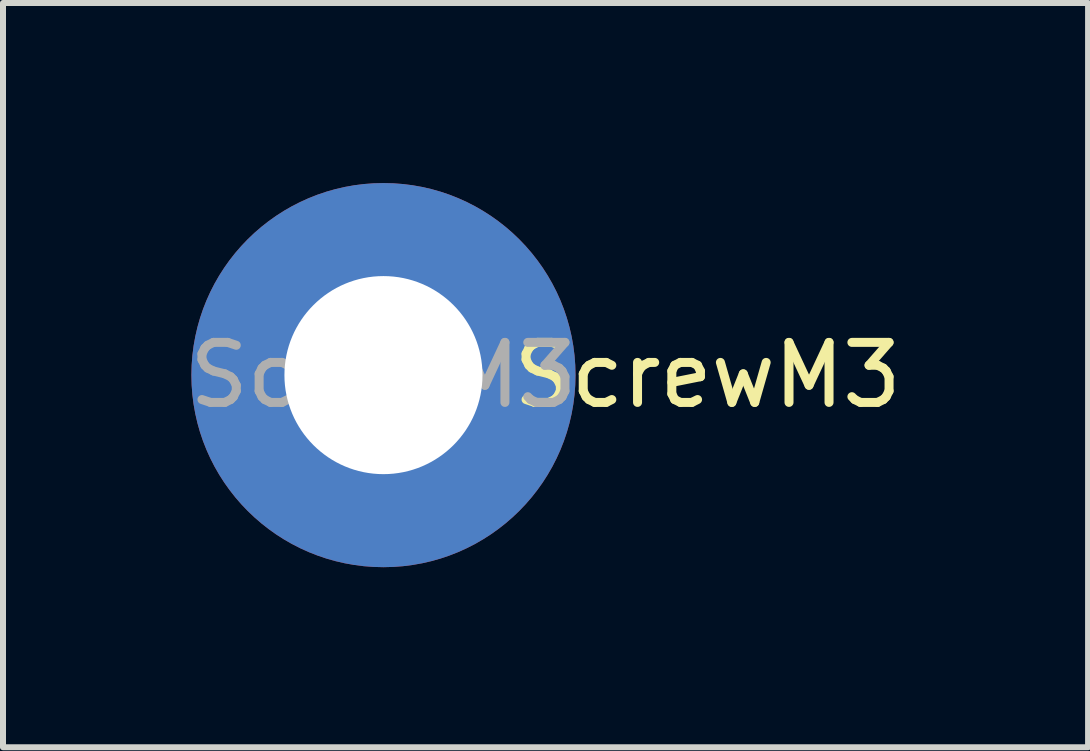
<source format=kicad_pcb>
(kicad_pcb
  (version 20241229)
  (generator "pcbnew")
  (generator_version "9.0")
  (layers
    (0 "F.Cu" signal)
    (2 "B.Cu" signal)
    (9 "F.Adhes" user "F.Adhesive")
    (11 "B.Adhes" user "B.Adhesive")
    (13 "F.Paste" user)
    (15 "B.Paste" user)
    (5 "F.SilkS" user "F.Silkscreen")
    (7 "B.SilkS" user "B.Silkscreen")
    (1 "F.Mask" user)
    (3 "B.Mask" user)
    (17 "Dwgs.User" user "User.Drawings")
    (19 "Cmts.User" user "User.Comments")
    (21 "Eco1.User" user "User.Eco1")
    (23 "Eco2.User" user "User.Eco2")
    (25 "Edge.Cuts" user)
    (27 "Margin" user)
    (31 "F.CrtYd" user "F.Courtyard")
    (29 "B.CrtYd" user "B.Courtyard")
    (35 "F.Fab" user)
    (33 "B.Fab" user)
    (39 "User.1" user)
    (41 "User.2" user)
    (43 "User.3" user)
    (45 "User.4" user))
  (footprint "ScrewM3"
    (layer "F.Cu")
    (at 3.339 3.2)
    (property "Reference" "ScrewM3" (at 5.4 0 0) (layer "F.SilkS") (effects (font (size 1 1) (thickness 0.15))))
    (attr through_hole)
    (fp_text user "${REFERENCE}" (at 0 0 0) (layer "F.Fab") (effects (font (size 1 1) (thickness 0.15))))
    (pad "1" thru_hole circle (at 0 0) (size 6.4 6.4) (drill 3.3) (layers "*.Cu" "*.Mask")))
  (gr_rect
    (start -3 -3)
    (end 15.079 9.4)
    (stroke (width 0.1) (type default))
    (fill no)
    (layer "Edge.Cuts")))
</source>
